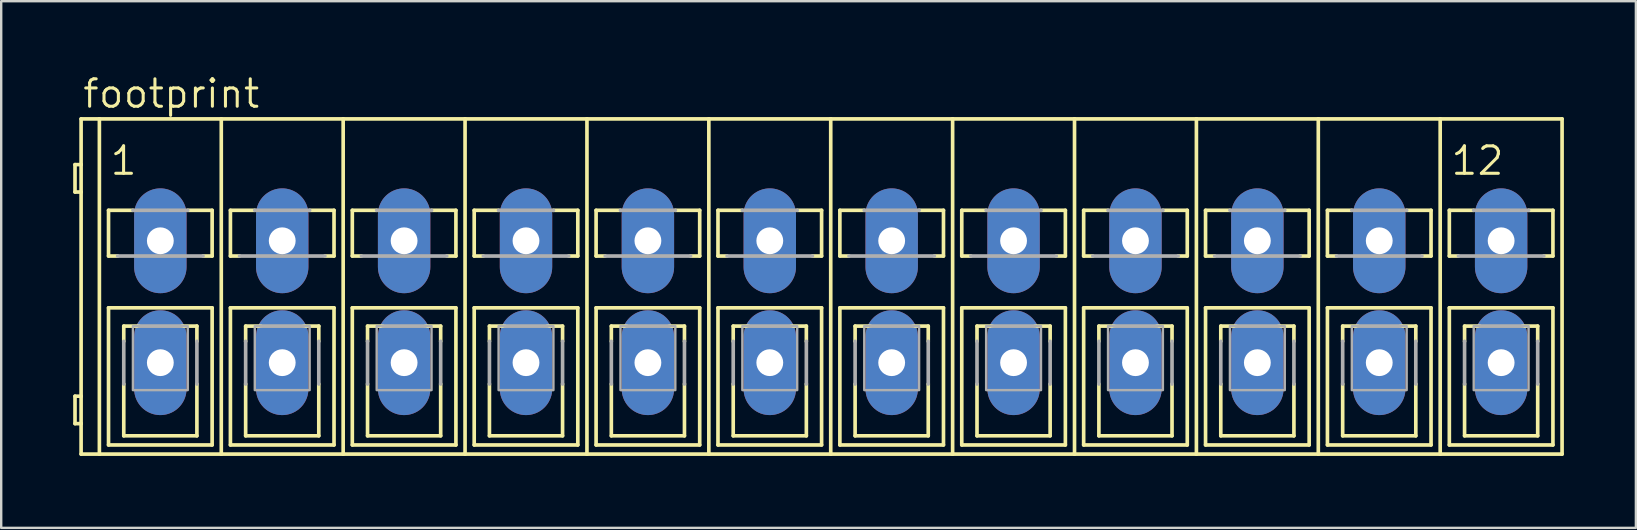
<source format=kicad_pcb>
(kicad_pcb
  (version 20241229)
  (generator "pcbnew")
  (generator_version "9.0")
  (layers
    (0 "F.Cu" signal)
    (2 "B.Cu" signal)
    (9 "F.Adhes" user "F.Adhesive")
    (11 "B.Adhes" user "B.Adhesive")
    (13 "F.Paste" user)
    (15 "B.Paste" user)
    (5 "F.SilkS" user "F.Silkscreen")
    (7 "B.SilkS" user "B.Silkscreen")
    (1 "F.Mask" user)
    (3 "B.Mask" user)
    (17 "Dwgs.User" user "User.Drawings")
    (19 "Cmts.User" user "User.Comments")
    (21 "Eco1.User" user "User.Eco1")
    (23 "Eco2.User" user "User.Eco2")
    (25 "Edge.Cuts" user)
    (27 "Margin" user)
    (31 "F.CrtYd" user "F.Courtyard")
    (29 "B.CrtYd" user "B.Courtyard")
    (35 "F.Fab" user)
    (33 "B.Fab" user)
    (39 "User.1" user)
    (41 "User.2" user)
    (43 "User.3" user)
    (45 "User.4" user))
  (footprint "footprint"
    (layer "F.Cu")
    (at 3.632 9.525)
    (property "Reference" "footprint" (at -3.302 -8.001 0) (layer "F.SilkS") (effects (font (size 1.143 1.143) (thickness 0.127)) (justify left bottom)))
    (fp_line (start -3.556 -4.572) (end -3.556 -5.715) (stroke (width 0.152) (type solid)) (layer "F.SilkS"))
    (fp_line (start -3.556 -4.572) (end -3.302 -4.572) (stroke (width 0.152) (type solid)) (layer "F.SilkS"))
    (fp_line (start -3.556 3.937) (end -3.556 5.08) (stroke (width 0.152) (type solid)) (layer "F.SilkS"))
    (fp_line (start -3.556 5.08) (end -3.302 5.08) (stroke (width 0.152) (type solid)) (layer "F.SilkS"))
    (fp_line (start -3.302 -7.62) (end -2.54 -7.62) (stroke (width 0.152) (type solid)) (layer "F.SilkS"))
    (fp_line (start -3.302 -5.715) (end -3.556 -5.715) (stroke (width 0.152) (type solid)) (layer "F.SilkS"))
    (fp_line (start -3.302 -5.715) (end -3.302 -7.62) (stroke (width 0.152) (type solid)) (layer "F.SilkS"))
    (fp_line (start -3.302 -4.572) (end -3.302 -5.715) (stroke (width 0.152) (type solid)) (layer "F.SilkS"))
    (fp_line (start -3.302 3.937) (end -3.556 3.937) (stroke (width 0.152) (type solid)) (layer "F.SilkS"))
    (fp_line (start -3.302 3.937) (end -3.302 -4.572) (stroke (width 0.152) (type solid)) (layer "F.SilkS"))
    (fp_line (start -3.302 5.08) (end -3.302 3.937) (stroke (width 0.152) (type solid)) (layer "F.SilkS"))
    (fp_line (start -3.302 6.35) (end -3.302 5.08) (stroke (width 0.152) (type solid)) (layer "F.SilkS"))
    (fp_line (start -2.54 6.35) (end -3.302 6.35) (stroke (width 0.152) (type solid)) (layer "F.SilkS"))
    (fp_line (start -2.54 6.35) (end -2.54 -7.62) (stroke (width 0.152) (type solid)) (layer "F.SilkS"))
    (fp_line (start -2.54 6.35) (end 2.54 6.35) (stroke (width 0.152) (type solid)) (layer "F.SilkS"))
    (fp_line (start -2.159 -3.81) (end -1.143 -3.81) (stroke (width 0.152) (type solid)) (layer "F.SilkS"))
    (fp_line (start -2.159 -1.905) (end -2.159 -3.81) (stroke (width 0.152) (type solid)) (layer "F.SilkS"))
    (fp_line (start -2.159 -1.905) (end -1.778 -1.905) (stroke (width 0.152) (type solid)) (layer "F.SilkS"))
    (fp_line (start -2.159 5.969) (end -2.159 0.254) (stroke (width 0.152) (type solid)) (layer "F.SilkS"))
    (fp_line (start -2.159 5.969) (end 2.159 5.969) (stroke (width 0.152) (type solid)) (layer "F.SilkS"))
    (fp_line (start -1.524 1.651) (end -1.524 1.016) (stroke (width 0.152) (type solid)) (layer "F.SilkS"))
    (fp_line (start -1.524 3.429) (end -1.524 5.588) (stroke (width 0.152) (type solid)) (layer "F.SilkS"))
    (fp_line (start -0.889 1.016) (end -1.524 1.016) (stroke (width 0.152) (type solid)) (layer "F.SilkS"))
    (fp_line (start 0.889 1.016) (end 1.524 1.016) (stroke (width 0.152) (type solid)) (layer "F.SilkS"))
    (fp_line (start 1.143 -3.81) (end 2.159 -3.81) (stroke (width 0.152) (type solid)) (layer "F.SilkS"))
    (fp_line (start 1.524 1.651) (end 1.524 1.016) (stroke (width 0.152) (type solid)) (layer "F.SilkS"))
    (fp_line (start 1.524 3.429) (end 1.524 5.588) (stroke (width 0.152) (type solid)) (layer "F.SilkS"))
    (fp_line (start 1.524 5.588) (end -1.524 5.588) (stroke (width 0.152) (type solid)) (layer "F.SilkS"))
    (fp_line (start 1.778 -1.905) (end 2.159 -1.905) (stroke (width 0.152) (type solid)) (layer "F.SilkS"))
    (fp_line (start 2.159 -3.81) (end 2.159 -1.905) (stroke (width 0.152) (type solid)) (layer "F.SilkS"))
    (fp_line (start 2.159 0.254) (end -2.159 0.254) (stroke (width 0.152) (type solid)) (layer "F.SilkS"))
    (fp_line (start 2.159 0.254) (end 2.159 5.969) (stroke (width 0.152) (type solid)) (layer "F.SilkS"))
    (fp_line (start 2.54 -7.62) (end -2.54 -7.62) (stroke (width 0.152) (type solid)) (layer "F.SilkS"))
    (fp_line (start 2.54 6.35) (end 2.54 -7.62) (stroke (width 0.152) (type solid)) (layer "F.SilkS"))
    (fp_line (start 2.54 6.35) (end 7.62 6.35) (stroke (width 0.152) (type solid)) (layer "F.SilkS"))
    (fp_line (start 2.921 -3.81) (end 3.937 -3.81) (stroke (width 0.152) (type solid)) (layer "F.SilkS"))
    (fp_line (start 2.921 -1.905) (end 2.921 -3.81) (stroke (width 0.152) (type solid)) (layer "F.SilkS"))
    (fp_line (start 2.921 -1.905) (end 3.302 -1.905) (stroke (width 0.152) (type solid)) (layer "F.SilkS"))
    (fp_line (start 2.921 5.969) (end 2.921 0.254) (stroke (width 0.152) (type solid)) (layer "F.SilkS"))
    (fp_line (start 2.921 5.969) (end 7.239 5.969) (stroke (width 0.152) (type solid)) (layer "F.SilkS"))
    (fp_line (start 3.556 1.651) (end 3.556 1.016) (stroke (width 0.152) (type solid)) (layer "F.SilkS"))
    (fp_line (start 3.556 3.429) (end 3.556 5.588) (stroke (width 0.152) (type solid)) (layer "F.SilkS"))
    (fp_line (start 4.191 1.016) (end 3.556 1.016) (stroke (width 0.152) (type solid)) (layer "F.SilkS"))
    (fp_line (start 5.969 1.016) (end 6.604 1.016) (stroke (width 0.152) (type solid)) (layer "F.SilkS"))
    (fp_line (start 6.223 -3.81) (end 7.239 -3.81) (stroke (width 0.152) (type solid)) (layer "F.SilkS"))
    (fp_line (start 6.604 1.651) (end 6.604 1.016) (stroke (width 0.152) (type solid)) (layer "F.SilkS"))
    (fp_line (start 6.604 3.429) (end 6.604 5.588) (stroke (width 0.152) (type solid)) (layer "F.SilkS"))
    (fp_line (start 6.604 5.588) (end 3.556 5.588) (stroke (width 0.152) (type solid)) (layer "F.SilkS"))
    (fp_line (start 6.858 -1.905) (end 7.239 -1.905) (stroke (width 0.152) (type solid)) (layer "F.SilkS"))
    (fp_line (start 7.239 -3.81) (end 7.239 -1.905) (stroke (width 0.152) (type solid)) (layer "F.SilkS"))
    (fp_line (start 7.239 0.254) (end 2.921 0.254) (stroke (width 0.152) (type solid)) (layer "F.SilkS"))
    (fp_line (start 7.239 0.254) (end 7.239 5.969) (stroke (width 0.152) (type solid)) (layer "F.SilkS"))
    (fp_line (start 7.62 -7.62) (end 2.54 -7.62) (stroke (width 0.152) (type solid)) (layer "F.SilkS"))
    (fp_line (start 7.62 6.35) (end 7.62 -7.62) (stroke (width 0.152) (type solid)) (layer "F.SilkS"))
    (fp_line (start 7.62 6.35) (end 12.7 6.35) (stroke (width 0.152) (type solid)) (layer "F.SilkS"))
    (fp_line (start 8.001 -3.81) (end 9.017 -3.81) (stroke (width 0.152) (type solid)) (layer "F.SilkS"))
    (fp_line (start 8.001 -1.905) (end 8.001 -3.81) (stroke (width 0.152) (type solid)) (layer "F.SilkS"))
    (fp_line (start 8.001 -1.905) (end 8.382 -1.905) (stroke (width 0.152) (type solid)) (layer "F.SilkS"))
    (fp_line (start 8.001 5.969) (end 8.001 0.254) (stroke (width 0.152) (type solid)) (layer "F.SilkS"))
    (fp_line (start 8.001 5.969) (end 12.319 5.969) (stroke (width 0.152) (type solid)) (layer "F.SilkS"))
    (fp_line (start 8.636 1.651) (end 8.636 1.016) (stroke (width 0.152) (type solid)) (layer "F.SilkS"))
    (fp_line (start 8.636 3.429) (end 8.636 5.588) (stroke (width 0.152) (type solid)) (layer "F.SilkS"))
    (fp_line (start 9.271 1.016) (end 8.636 1.016) (stroke (width 0.152) (type solid)) (layer "F.SilkS"))
    (fp_line (start 11.049 1.016) (end 11.684 1.016) (stroke (width 0.152) (type solid)) (layer "F.SilkS"))
    (fp_line (start 11.303 -3.81) (end 12.319 -3.81) (stroke (width 0.152) (type solid)) (layer "F.SilkS"))
    (fp_line (start 11.684 1.651) (end 11.684 1.016) (stroke (width 0.152) (type solid)) (layer "F.SilkS"))
    (fp_line (start 11.684 3.429) (end 11.684 5.588) (stroke (width 0.152) (type solid)) (layer "F.SilkS"))
    (fp_line (start 11.684 5.588) (end 8.636 5.588) (stroke (width 0.152) (type solid)) (layer "F.SilkS"))
    (fp_line (start 11.938 -1.905) (end 12.319 -1.905) (stroke (width 0.152) (type solid)) (layer "F.SilkS"))
    (fp_line (start 12.319 -3.81) (end 12.319 -1.905) (stroke (width 0.152) (type solid)) (layer "F.SilkS"))
    (fp_line (start 12.319 0.254) (end 8.001 0.254) (stroke (width 0.152) (type solid)) (layer "F.SilkS"))
    (fp_line (start 12.319 0.254) (end 12.319 5.969) (stroke (width 0.152) (type solid)) (layer "F.SilkS"))
    (fp_line (start 12.7 -7.62) (end 7.62 -7.62) (stroke (width 0.152) (type solid)) (layer "F.SilkS"))
    (fp_line (start 12.7 6.35) (end 12.7 -7.62) (stroke (width 0.152) (type solid)) (layer "F.SilkS"))
    (fp_line (start 12.7 6.35) (end 17.78 6.35) (stroke (width 0.152) (type solid)) (layer "F.SilkS"))
    (fp_line (start 13.081 -3.81) (end 14.097 -3.81) (stroke (width 0.152) (type solid)) (layer "F.SilkS"))
    (fp_line (start 13.081 -1.905) (end 13.081 -3.81) (stroke (width 0.152) (type solid)) (layer "F.SilkS"))
    (fp_line (start 13.081 -1.905) (end 13.462 -1.905) (stroke (width 0.152) (type solid)) (layer "F.SilkS"))
    (fp_line (start 13.081 5.969) (end 13.081 0.254) (stroke (width 0.152) (type solid)) (layer "F.SilkS"))
    (fp_line (start 13.081 5.969) (end 17.399 5.969) (stroke (width 0.152) (type solid)) (layer "F.SilkS"))
    (fp_line (start 13.716 1.651) (end 13.716 1.016) (stroke (width 0.152) (type solid)) (layer "F.SilkS"))
    (fp_line (start 13.716 3.429) (end 13.716 5.588) (stroke (width 0.152) (type solid)) (layer "F.SilkS"))
    (fp_line (start 14.351 1.016) (end 13.716 1.016) (stroke (width 0.152) (type solid)) (layer "F.SilkS"))
    (fp_line (start 16.129 1.016) (end 16.764 1.016) (stroke (width 0.152) (type solid)) (layer "F.SilkS"))
    (fp_line (start 16.383 -3.81) (end 17.399 -3.81) (stroke (width 0.152) (type solid)) (layer "F.SilkS"))
    (fp_line (start 16.764 1.651) (end 16.764 1.016) (stroke (width 0.152) (type solid)) (layer "F.SilkS"))
    (fp_line (start 16.764 3.429) (end 16.764 5.588) (stroke (width 0.152) (type solid)) (layer "F.SilkS"))
    (fp_line (start 16.764 5.588) (end 13.716 5.588) (stroke (width 0.152) (type solid)) (layer "F.SilkS"))
    (fp_line (start 17.018 -1.905) (end 17.399 -1.905) (stroke (width 0.152) (type solid)) (layer "F.SilkS"))
    (fp_line (start 17.399 -3.81) (end 17.399 -1.905) (stroke (width 0.152) (type solid)) (layer "F.SilkS"))
    (fp_line (start 17.399 0.254) (end 13.081 0.254) (stroke (width 0.152) (type solid)) (layer "F.SilkS"))
    (fp_line (start 17.399 0.254) (end 17.399 5.969) (stroke (width 0.152) (type solid)) (layer "F.SilkS"))
    (fp_line (start 17.78 -7.62) (end 12.7 -7.62) (stroke (width 0.152) (type solid)) (layer "F.SilkS"))
    (fp_line (start 17.78 6.35) (end 17.78 -7.62) (stroke (width 0.152) (type solid)) (layer "F.SilkS"))
    (fp_line (start 17.78 6.35) (end 22.86 6.35) (stroke (width 0.152) (type solid)) (layer "F.SilkS"))
    (fp_line (start 18.161 -3.81) (end 19.177 -3.81) (stroke (width 0.152) (type solid)) (layer "F.SilkS"))
    (fp_line (start 18.161 -1.905) (end 18.161 -3.81) (stroke (width 0.152) (type solid)) (layer "F.SilkS"))
    (fp_line (start 18.161 -1.905) (end 18.542 -1.905) (stroke (width 0.152) (type solid)) (layer "F.SilkS"))
    (fp_line (start 18.161 5.969) (end 18.161 0.254) (stroke (width 0.152) (type solid)) (layer "F.SilkS"))
    (fp_line (start 18.161 5.969) (end 22.479 5.969) (stroke (width 0.152) (type solid)) (layer "F.SilkS"))
    (fp_line (start 18.796 1.651) (end 18.796 1.016) (stroke (width 0.152) (type solid)) (layer "F.SilkS"))
    (fp_line (start 18.796 3.429) (end 18.796 5.588) (stroke (width 0.152) (type solid)) (layer "F.SilkS"))
    (fp_line (start 19.431 1.016) (end 18.796 1.016) (stroke (width 0.152) (type solid)) (layer "F.SilkS"))
    (fp_line (start 21.209 1.016) (end 21.844 1.016) (stroke (width 0.152) (type solid)) (layer "F.SilkS"))
    (fp_line (start 21.463 -3.81) (end 22.479 -3.81) (stroke (width 0.152) (type solid)) (layer "F.SilkS"))
    (fp_line (start 21.844 1.651) (end 21.844 1.016) (stroke (width 0.152) (type solid)) (layer "F.SilkS"))
    (fp_line (start 21.844 3.429) (end 21.844 5.588) (stroke (width 0.152) (type solid)) (layer "F.SilkS"))
    (fp_line (start 21.844 5.588) (end 18.796 5.588) (stroke (width 0.152) (type solid)) (layer "F.SilkS"))
    (fp_line (start 22.098 -1.905) (end 22.479 -1.905) (stroke (width 0.152) (type solid)) (layer "F.SilkS"))
    (fp_line (start 22.479 -3.81) (end 22.479 -1.905) (stroke (width 0.152) (type solid)) (layer "F.SilkS"))
    (fp_line (start 22.479 0.254) (end 18.161 0.254) (stroke (width 0.152) (type solid)) (layer "F.SilkS"))
    (fp_line (start 22.479 0.254) (end 22.479 5.969) (stroke (width 0.152) (type solid)) (layer "F.SilkS"))
    (fp_line (start 22.86 -7.62) (end 17.78 -7.62) (stroke (width 0.152) (type solid)) (layer "F.SilkS"))
    (fp_line (start 22.86 6.35) (end 22.86 -7.62) (stroke (width 0.152) (type solid)) (layer "F.SilkS"))
    (fp_line (start 22.86 6.35) (end 27.94 6.35) (stroke (width 0.152) (type solid)) (layer "F.SilkS"))
    (fp_line (start 23.241 -3.81) (end 24.257 -3.81) (stroke (width 0.152) (type solid)) (layer "F.SilkS"))
    (fp_line (start 23.241 -1.905) (end 23.241 -3.81) (stroke (width 0.152) (type solid)) (layer "F.SilkS"))
    (fp_line (start 23.241 -1.905) (end 23.622 -1.905) (stroke (width 0.152) (type solid)) (layer "F.SilkS"))
    (fp_line (start 23.241 5.969) (end 23.241 0.254) (stroke (width 0.152) (type solid)) (layer "F.SilkS"))
    (fp_line (start 23.241 5.969) (end 27.559 5.969) (stroke (width 0.152) (type solid)) (layer "F.SilkS"))
    (fp_line (start 23.876 1.651) (end 23.876 1.016) (stroke (width 0.152) (type solid)) (layer "F.SilkS"))
    (fp_line (start 23.876 3.429) (end 23.876 5.588) (stroke (width 0.152) (type solid)) (layer "F.SilkS"))
    (fp_line (start 24.511 1.016) (end 23.876 1.016) (stroke (width 0.152) (type solid)) (layer "F.SilkS"))
    (fp_line (start 26.289 1.016) (end 26.924 1.016) (stroke (width 0.152) (type solid)) (layer "F.SilkS"))
    (fp_line (start 26.543 -3.81) (end 27.559 -3.81) (stroke (width 0.152) (type solid)) (layer "F.SilkS"))
    (fp_line (start 26.924 1.651) (end 26.924 1.016) (stroke (width 0.152) (type solid)) (layer "F.SilkS"))
    (fp_line (start 26.924 3.429) (end 26.924 5.588) (stroke (width 0.152) (type solid)) (layer "F.SilkS"))
    (fp_line (start 26.924 5.588) (end 23.876 5.588) (stroke (width 0.152) (type solid)) (layer "F.SilkS"))
    (fp_line (start 27.178 -1.905) (end 27.559 -1.905) (stroke (width 0.152) (type solid)) (layer "F.SilkS"))
    (fp_line (start 27.559 -3.81) (end 27.559 -1.905) (stroke (width 0.152) (type solid)) (layer "F.SilkS"))
    (fp_line (start 27.559 0.254) (end 23.241 0.254) (stroke (width 0.152) (type solid)) (layer "F.SilkS"))
    (fp_line (start 27.559 0.254) (end 27.559 5.969) (stroke (width 0.152) (type solid)) (layer "F.SilkS"))
    (fp_line (start 27.94 -7.62) (end 22.86 -7.62) (stroke (width 0.152) (type solid)) (layer "F.SilkS"))
    (fp_line (start 27.94 6.35) (end 27.94 -7.62) (stroke (width 0.152) (type solid)) (layer "F.SilkS"))
    (fp_line (start 27.94 6.35) (end 33.02 6.35) (stroke (width 0.152) (type solid)) (layer "F.SilkS"))
    (fp_line (start 28.321 -3.81) (end 29.337 -3.81) (stroke (width 0.152) (type solid)) (layer "F.SilkS"))
    (fp_line (start 28.321 -1.905) (end 28.321 -3.81) (stroke (width 0.152) (type solid)) (layer "F.SilkS"))
    (fp_line (start 28.321 -1.905) (end 28.702 -1.905) (stroke (width 0.152) (type solid)) (layer "F.SilkS"))
    (fp_line (start 28.321 5.969) (end 28.321 0.254) (stroke (width 0.152) (type solid)) (layer "F.SilkS"))
    (fp_line (start 28.321 5.969) (end 32.639 5.969) (stroke (width 0.152) (type solid)) (layer "F.SilkS"))
    (fp_line (start 28.956 1.651) (end 28.956 1.016) (stroke (width 0.152) (type solid)) (layer "F.SilkS"))
    (fp_line (start 28.956 3.429) (end 28.956 5.588) (stroke (width 0.152) (type solid)) (layer "F.SilkS"))
    (fp_line (start 29.591 1.016) (end 28.956 1.016) (stroke (width 0.152) (type solid)) (layer "F.SilkS"))
    (fp_line (start 31.369 1.016) (end 32.004 1.016) (stroke (width 0.152) (type solid)) (layer "F.SilkS"))
    (fp_line (start 31.623 -3.81) (end 32.639 -3.81) (stroke (width 0.152) (type solid)) (layer "F.SilkS"))
    (fp_line (start 32.004 1.651) (end 32.004 1.016) (stroke (width 0.152) (type solid)) (layer "F.SilkS"))
    (fp_line (start 32.004 3.429) (end 32.004 5.588) (stroke (width 0.152) (type solid)) (layer "F.SilkS"))
    (fp_line (start 32.004 5.588) (end 28.956 5.588) (stroke (width 0.152) (type solid)) (layer "F.SilkS"))
    (fp_line (start 32.258 -1.905) (end 32.639 -1.905) (stroke (width 0.152) (type solid)) (layer "F.SilkS"))
    (fp_line (start 32.639 -3.81) (end 32.639 -1.905) (stroke (width 0.152) (type solid)) (layer "F.SilkS"))
    (fp_line (start 32.639 0.254) (end 28.321 0.254) (stroke (width 0.152) (type solid)) (layer "F.SilkS"))
    (fp_line (start 32.639 0.254) (end 32.639 5.969) (stroke (width 0.152) (type solid)) (layer "F.SilkS"))
    (fp_line (start 33.02 -7.62) (end 27.94 -7.62) (stroke (width 0.152) (type solid)) (layer "F.SilkS"))
    (fp_line (start 33.02 6.35) (end 33.02 -7.62) (stroke (width 0.152) (type solid)) (layer "F.SilkS"))
    (fp_line (start 33.02 6.35) (end 38.1 6.35) (stroke (width 0.152) (type solid)) (layer "F.SilkS"))
    (fp_line (start 33.401 -3.81) (end 34.417 -3.81) (stroke (width 0.152) (type solid)) (layer "F.SilkS"))
    (fp_line (start 33.401 -1.905) (end 33.401 -3.81) (stroke (width 0.152) (type solid)) (layer "F.SilkS"))
    (fp_line (start 33.401 -1.905) (end 33.782 -1.905) (stroke (width 0.152) (type solid)) (layer "F.SilkS"))
    (fp_line (start 33.401 5.969) (end 33.401 0.254) (stroke (width 0.152) (type solid)) (layer "F.SilkS"))
    (fp_line (start 33.401 5.969) (end 37.719 5.969) (stroke (width 0.152) (type solid)) (layer "F.SilkS"))
    (fp_line (start 34.036 1.651) (end 34.036 1.016) (stroke (width 0.152) (type solid)) (layer "F.SilkS"))
    (fp_line (start 34.036 3.429) (end 34.036 5.588) (stroke (width 0.152) (type solid)) (layer "F.SilkS"))
    (fp_line (start 34.671 1.016) (end 34.036 1.016) (stroke (width 0.152) (type solid)) (layer "F.SilkS"))
    (fp_line (start 36.449 1.016) (end 37.084 1.016) (stroke (width 0.152) (type solid)) (layer "F.SilkS"))
    (fp_line (start 36.703 -3.81) (end 37.719 -3.81) (stroke (width 0.152) (type solid)) (layer "F.SilkS"))
    (fp_line (start 37.084 1.651) (end 37.084 1.016) (stroke (width 0.152) (type solid)) (layer "F.SilkS"))
    (fp_line (start 37.084 3.429) (end 37.084 5.588) (stroke (width 0.152) (type solid)) (layer "F.SilkS"))
    (fp_line (start 37.084 5.588) (end 34.036 5.588) (stroke (width 0.152) (type solid)) (layer "F.SilkS"))
    (fp_line (start 37.338 -1.905) (end 37.719 -1.905) (stroke (width 0.152) (type solid)) (layer "F.SilkS"))
    (fp_line (start 37.719 -3.81) (end 37.719 -1.905) (stroke (width 0.152) (type solid)) (layer "F.SilkS"))
    (fp_line (start 37.719 0.254) (end 33.401 0.254) (stroke (width 0.152) (type solid)) (layer "F.SilkS"))
    (fp_line (start 37.719 0.254) (end 37.719 5.969) (stroke (width 0.152) (type solid)) (layer "F.SilkS"))
    (fp_line (start 38.1 -7.62) (end 33.02 -7.62) (stroke (width 0.152) (type solid)) (layer "F.SilkS"))
    (fp_line (start 38.1 6.35) (end 38.1 -7.62) (stroke (width 0.152) (type solid)) (layer "F.SilkS"))
    (fp_line (start 38.1 6.35) (end 43.18 6.35) (stroke (width 0.152) (type solid)) (layer "F.SilkS"))
    (fp_line (start 38.481 -3.81) (end 39.497 -3.81) (stroke (width 0.152) (type solid)) (layer "F.SilkS"))
    (fp_line (start 38.481 -1.905) (end 38.481 -3.81) (stroke (width 0.152) (type solid)) (layer "F.SilkS"))
    (fp_line (start 38.481 -1.905) (end 38.862 -1.905) (stroke (width 0.152) (type solid)) (layer "F.SilkS"))
    (fp_line (start 38.481 5.969) (end 38.481 0.254) (stroke (width 0.152) (type solid)) (layer "F.SilkS"))
    (fp_line (start 38.481 5.969) (end 42.799 5.969) (stroke (width 0.152) (type solid)) (layer "F.SilkS"))
    (fp_line (start 39.116 1.651) (end 39.116 1.016) (stroke (width 0.152) (type solid)) (layer "F.SilkS"))
    (fp_line (start 39.116 3.429) (end 39.116 5.588) (stroke (width 0.152) (type solid)) (layer "F.SilkS"))
    (fp_line (start 39.751 1.016) (end 39.116 1.016) (stroke (width 0.152) (type solid)) (layer "F.SilkS"))
    (fp_line (start 41.529 1.016) (end 42.164 1.016) (stroke (width 0.152) (type solid)) (layer "F.SilkS"))
    (fp_line (start 41.783 -3.81) (end 42.799 -3.81) (stroke (width 0.152) (type solid)) (layer "F.SilkS"))
    (fp_line (start 42.164 1.651) (end 42.164 1.016) (stroke (width 0.152) (type solid)) (layer "F.SilkS"))
    (fp_line (start 42.164 3.429) (end 42.164 5.588) (stroke (width 0.152) (type solid)) (layer "F.SilkS"))
    (fp_line (start 42.164 5.588) (end 39.116 5.588) (stroke (width 0.152) (type solid)) (layer "F.SilkS"))
    (fp_line (start 42.418 -1.905) (end 42.799 -1.905) (stroke (width 0.152) (type solid)) (layer "F.SilkS"))
    (fp_line (start 42.799 -3.81) (end 42.799 -1.905) (stroke (width 0.152) (type solid)) (layer "F.SilkS"))
    (fp_line (start 42.799 0.254) (end 38.481 0.254) (stroke (width 0.152) (type solid)) (layer "F.SilkS"))
    (fp_line (start 42.799 0.254) (end 42.799 5.969) (stroke (width 0.152) (type solid)) (layer "F.SilkS"))
    (fp_line (start 43.18 -7.62) (end 38.1 -7.62) (stroke (width 0.152) (type solid)) (layer "F.SilkS"))
    (fp_line (start 43.18 6.35) (end 43.18 -7.62) (stroke (width 0.152) (type solid)) (layer "F.SilkS"))
    (fp_line (start 43.18 6.35) (end 48.26 6.35) (stroke (width 0.152) (type solid)) (layer "F.SilkS"))
    (fp_line (start 43.561 -3.81) (end 44.577 -3.81) (stroke (width 0.152) (type solid)) (layer "F.SilkS"))
    (fp_line (start 43.561 -1.905) (end 43.561 -3.81) (stroke (width 0.152) (type solid)) (layer "F.SilkS"))
    (fp_line (start 43.561 -1.905) (end 43.942 -1.905) (stroke (width 0.152) (type solid)) (layer "F.SilkS"))
    (fp_line (start 43.561 5.969) (end 43.561 0.254) (stroke (width 0.152) (type solid)) (layer "F.SilkS"))
    (fp_line (start 43.561 5.969) (end 47.879 5.969) (stroke (width 0.152) (type solid)) (layer "F.SilkS"))
    (fp_line (start 44.196 1.651) (end 44.196 1.016) (stroke (width 0.152) (type solid)) (layer "F.SilkS"))
    (fp_line (start 44.196 3.429) (end 44.196 5.588) (stroke (width 0.152) (type solid)) (layer "F.SilkS"))
    (fp_line (start 44.831 1.016) (end 44.196 1.016) (stroke (width 0.152) (type solid)) (layer "F.SilkS"))
    (fp_line (start 46.609 1.016) (end 47.244 1.016) (stroke (width 0.152) (type solid)) (layer "F.SilkS"))
    (fp_line (start 46.863 -3.81) (end 47.879 -3.81) (stroke (width 0.152) (type solid)) (layer "F.SilkS"))
    (fp_line (start 47.244 1.651) (end 47.244 1.016) (stroke (width 0.152) (type solid)) (layer "F.SilkS"))
    (fp_line (start 47.244 3.429) (end 47.244 5.588) (stroke (width 0.152) (type solid)) (layer "F.SilkS"))
    (fp_line (start 47.244 5.588) (end 44.196 5.588) (stroke (width 0.152) (type solid)) (layer "F.SilkS"))
    (fp_line (start 47.498 -1.905) (end 47.879 -1.905) (stroke (width 0.152) (type solid)) (layer "F.SilkS"))
    (fp_line (start 47.879 -3.81) (end 47.879 -1.905) (stroke (width 0.152) (type solid)) (layer "F.SilkS"))
    (fp_line (start 47.879 0.254) (end 43.561 0.254) (stroke (width 0.152) (type solid)) (layer "F.SilkS"))
    (fp_line (start 47.879 0.254) (end 47.879 5.969) (stroke (width 0.152) (type solid)) (layer "F.SilkS"))
    (fp_line (start 48.26 -7.62) (end 43.18 -7.62) (stroke (width 0.152) (type solid)) (layer "F.SilkS"))
    (fp_line (start 48.26 6.35) (end 48.26 -7.62) (stroke (width 0.152) (type solid)) (layer "F.SilkS"))
    (fp_line (start 48.26 6.35) (end 53.34 6.35) (stroke (width 0.152) (type solid)) (layer "F.SilkS"))
    (fp_line (start 48.641 -3.81) (end 49.657 -3.81) (stroke (width 0.152) (type solid)) (layer "F.SilkS"))
    (fp_line (start 48.641 -1.905) (end 48.641 -3.81) (stroke (width 0.152) (type solid)) (layer "F.SilkS"))
    (fp_line (start 48.641 -1.905) (end 49.022 -1.905) (stroke (width 0.152) (type solid)) (layer "F.SilkS"))
    (fp_line (start 48.641 5.969) (end 48.641 0.254) (stroke (width 0.152) (type solid)) (layer "F.SilkS"))
    (fp_line (start 48.641 5.969) (end 52.959 5.969) (stroke (width 0.152) (type solid)) (layer "F.SilkS"))
    (fp_line (start 49.276 1.651) (end 49.276 1.016) (stroke (width 0.152) (type solid)) (layer "F.SilkS"))
    (fp_line (start 49.276 3.429) (end 49.276 5.588) (stroke (width 0.152) (type solid)) (layer "F.SilkS"))
    (fp_line (start 49.911 1.016) (end 49.276 1.016) (stroke (width 0.152) (type solid)) (layer "F.SilkS"))
    (fp_line (start 51.689 1.016) (end 52.324 1.016) (stroke (width 0.152) (type solid)) (layer "F.SilkS"))
    (fp_line (start 51.943 -3.81) (end 52.959 -3.81) (stroke (width 0.152) (type solid)) (layer "F.SilkS"))
    (fp_line (start 52.324 1.651) (end 52.324 1.016) (stroke (width 0.152) (type solid)) (layer "F.SilkS"))
    (fp_line (start 52.324 3.429) (end 52.324 5.588) (stroke (width 0.152) (type solid)) (layer "F.SilkS"))
    (fp_line (start 52.324 5.588) (end 49.276 5.588) (stroke (width 0.152) (type solid)) (layer "F.SilkS"))
    (fp_line (start 52.578 -1.905) (end 52.959 -1.905) (stroke (width 0.152) (type solid)) (layer "F.SilkS"))
    (fp_line (start 52.959 -3.81) (end 52.959 -1.905) (stroke (width 0.152) (type solid)) (layer "F.SilkS"))
    (fp_line (start 52.959 0.254) (end 48.641 0.254) (stroke (width 0.152) (type solid)) (layer "F.SilkS"))
    (fp_line (start 52.959 0.254) (end 52.959 5.969) (stroke (width 0.152) (type solid)) (layer "F.SilkS"))
    (fp_line (start 53.34 -7.62) (end 48.26 -7.62) (stroke (width 0.152) (type solid)) (layer "F.SilkS"))
    (fp_line (start 53.34 6.35) (end 53.34 -7.62) (stroke (width 0.152) (type solid)) (layer "F.SilkS"))
    (fp_line (start 53.34 6.35) (end 58.42 6.35) (stroke (width 0.152) (type solid)) (layer "F.SilkS"))
    (fp_line (start 53.721 -3.81) (end 54.737 -3.81) (stroke (width 0.152) (type solid)) (layer "F.SilkS"))
    (fp_line (start 53.721 -1.905) (end 53.721 -3.81) (stroke (width 0.152) (type solid)) (layer "F.SilkS"))
    (fp_line (start 53.721 -1.905) (end 54.102 -1.905) (stroke (width 0.152) (type solid)) (layer "F.SilkS"))
    (fp_line (start 53.721 5.969) (end 53.721 0.254) (stroke (width 0.152) (type solid)) (layer "F.SilkS"))
    (fp_line (start 53.721 5.969) (end 58.039 5.969) (stroke (width 0.152) (type solid)) (layer "F.SilkS"))
    (fp_line (start 54.356 1.651) (end 54.356 1.016) (stroke (width 0.152) (type solid)) (layer "F.SilkS"))
    (fp_line (start 54.356 3.429) (end 54.356 5.588) (stroke (width 0.152) (type solid)) (layer "F.SilkS"))
    (fp_line (start 54.991 1.016) (end 54.356 1.016) (stroke (width 0.152) (type solid)) (layer "F.SilkS"))
    (fp_line (start 56.769 1.016) (end 57.404 1.016) (stroke (width 0.152) (type solid)) (layer "F.SilkS"))
    (fp_line (start 57.023 -3.81) (end 58.039 -3.81) (stroke (width 0.152) (type solid)) (layer "F.SilkS"))
    (fp_line (start 57.404 1.651) (end 57.404 1.016) (stroke (width 0.152) (type solid)) (layer "F.SilkS"))
    (fp_line (start 57.404 3.429) (end 57.404 5.588) (stroke (width 0.152) (type solid)) (layer "F.SilkS"))
    (fp_line (start 57.404 5.588) (end 54.356 5.588) (stroke (width 0.152) (type solid)) (layer "F.SilkS"))
    (fp_line (start 57.658 -1.905) (end 58.039 -1.905) (stroke (width 0.152) (type solid)) (layer "F.SilkS"))
    (fp_line (start 58.039 -3.81) (end 58.039 -1.905) (stroke (width 0.152) (type solid)) (layer "F.SilkS"))
    (fp_line (start 58.039 0.254) (end 53.721 0.254) (stroke (width 0.152) (type solid)) (layer "F.SilkS"))
    (fp_line (start 58.039 0.254) (end 58.039 5.969) (stroke (width 0.152) (type solid)) (layer "F.SilkS"))
    (fp_line (start 58.42 -7.62) (end 53.34 -7.62) (stroke (width 0.152) (type solid)) (layer "F.SilkS"))
    (fp_line (start 58.42 6.35) (end 58.42 -7.62) (stroke (width 0.152) (type solid)) (layer "F.SilkS"))
    (fp_line (start -1.778 -1.905) (end 1.778 -1.905) (stroke (width 0.152) (type solid)) (layer "F.Fab"))
    (fp_line (start -1.524 1.651) (end -1.524 3.429) (stroke (width 0.152) (type solid)) (layer "F.Fab"))
    (fp_line (start -0.889 1.016) (end 0.889 1.016) (stroke (width 0.152) (type solid)) (layer "F.Fab"))
    (fp_line (start 1.143 -3.81) (end -1.143 -3.81) (stroke (width 0.152) (type solid)) (layer "F.Fab"))
    (fp_line (start 1.524 1.651) (end 1.524 3.429) (stroke (width 0.152) (type solid)) (layer "F.Fab"))
    (fp_line (start 3.302 -1.905) (end 6.858 -1.905) (stroke (width 0.152) (type solid)) (layer "F.Fab"))
    (fp_line (start 3.556 1.651) (end 3.556 3.429) (stroke (width 0.152) (type solid)) (layer "F.Fab"))
    (fp_line (start 4.191 1.016) (end 5.969 1.016) (stroke (width 0.152) (type solid)) (layer "F.Fab"))
    (fp_line (start 6.223 -3.81) (end 3.937 -3.81) (stroke (width 0.152) (type solid)) (layer "F.Fab"))
    (fp_line (start 6.604 1.651) (end 6.604 3.429) (stroke (width 0.152) (type solid)) (layer "F.Fab"))
    (fp_line (start 8.382 -1.905) (end 11.938 -1.905) (stroke (width 0.152) (type solid)) (layer "F.Fab"))
    (fp_line (start 8.636 1.651) (end 8.636 3.429) (stroke (width 0.152) (type solid)) (layer "F.Fab"))
    (fp_line (start 9.271 1.016) (end 11.049 1.016) (stroke (width 0.152) (type solid)) (layer "F.Fab"))
    (fp_line (start 11.303 -3.81) (end 9.017 -3.81) (stroke (width 0.152) (type solid)) (layer "F.Fab"))
    (fp_line (start 11.684 1.651) (end 11.684 3.429) (stroke (width 0.152) (type solid)) (layer "F.Fab"))
    (fp_line (start 13.462 -1.905) (end 17.018 -1.905) (stroke (width 0.152) (type solid)) (layer "F.Fab"))
    (fp_line (start 13.716 1.651) (end 13.716 3.429) (stroke (width 0.152) (type solid)) (layer "F.Fab"))
    (fp_line (start 14.351 1.016) (end 16.129 1.016) (stroke (width 0.152) (type solid)) (layer "F.Fab"))
    (fp_line (start 16.383 -3.81) (end 14.097 -3.81) (stroke (width 0.152) (type solid)) (layer "F.Fab"))
    (fp_line (start 16.764 1.651) (end 16.764 3.429) (stroke (width 0.152) (type solid)) (layer "F.Fab"))
    (fp_line (start 18.542 -1.905) (end 22.098 -1.905) (stroke (width 0.152) (type solid)) (layer "F.Fab"))
    (fp_line (start 18.796 1.651) (end 18.796 3.429) (stroke (width 0.152) (type solid)) (layer "F.Fab"))
    (fp_line (start 19.431 1.016) (end 21.209 1.016) (stroke (width 0.152) (type solid)) (layer "F.Fab"))
    (fp_line (start 21.463 -3.81) (end 19.177 -3.81) (stroke (width 0.152) (type solid)) (layer "F.Fab"))
    (fp_line (start 21.844 1.651) (end 21.844 3.429) (stroke (width 0.152) (type solid)) (layer "F.Fab"))
    (fp_line (start 23.622 -1.905) (end 27.178 -1.905) (stroke (width 0.152) (type solid)) (layer "F.Fab"))
    (fp_line (start 23.876 1.651) (end 23.876 3.429) (stroke (width 0.152) (type solid)) (layer "F.Fab"))
    (fp_line (start 24.511 1.016) (end 26.289 1.016) (stroke (width 0.152) (type solid)) (layer "F.Fab"))
    (fp_line (start 26.543 -3.81) (end 24.257 -3.81) (stroke (width 0.152) (type solid)) (layer "F.Fab"))
    (fp_line (start 26.924 1.651) (end 26.924 3.429) (stroke (width 0.152) (type solid)) (layer "F.Fab"))
    (fp_line (start 28.702 -1.905) (end 32.258 -1.905) (stroke (width 0.152) (type solid)) (layer "F.Fab"))
    (fp_line (start 28.956 1.651) (end 28.956 3.429) (stroke (width 0.152) (type solid)) (layer "F.Fab"))
    (fp_line (start 29.591 1.016) (end 31.369 1.016) (stroke (width 0.152) (type solid)) (layer "F.Fab"))
    (fp_line (start 31.623 -3.81) (end 29.337 -3.81) (stroke (width 0.152) (type solid)) (layer "F.Fab"))
    (fp_line (start 32.004 1.651) (end 32.004 3.429) (stroke (width 0.152) (type solid)) (layer "F.Fab"))
    (fp_line (start 33.782 -1.905) (end 37.338 -1.905) (stroke (width 0.152) (type solid)) (layer "F.Fab"))
    (fp_line (start 34.036 1.651) (end 34.036 3.429) (stroke (width 0.152) (type solid)) (layer "F.Fab"))
    (fp_line (start 34.671 1.016) (end 36.449 1.016) (stroke (width 0.152) (type solid)) (layer "F.Fab"))
    (fp_line (start 36.703 -3.81) (end 34.417 -3.81) (stroke (width 0.152) (type solid)) (layer "F.Fab"))
    (fp_line (start 37.084 1.651) (end 37.084 3.429) (stroke (width 0.152) (type solid)) (layer "F.Fab"))
    (fp_line (start 38.862 -1.905) (end 42.418 -1.905) (stroke (width 0.152) (type solid)) (layer "F.Fab"))
    (fp_line (start 39.116 1.651) (end 39.116 3.429) (stroke (width 0.152) (type solid)) (layer "F.Fab"))
    (fp_line (start 39.751 1.016) (end 41.529 1.016) (stroke (width 0.152) (type solid)) (layer "F.Fab"))
    (fp_line (start 41.783 -3.81) (end 39.497 -3.81) (stroke (width 0.152) (type solid)) (layer "F.Fab"))
    (fp_line (start 42.164 1.651) (end 42.164 3.429) (stroke (width 0.152) (type solid)) (layer "F.Fab"))
    (fp_line (start 43.942 -1.905) (end 47.498 -1.905) (stroke (width 0.152) (type solid)) (layer "F.Fab"))
    (fp_line (start 44.196 1.651) (end 44.196 3.429) (stroke (width 0.152) (type solid)) (layer "F.Fab"))
    (fp_line (start 44.831 1.016) (end 46.609 1.016) (stroke (width 0.152) (type solid)) (layer "F.Fab"))
    (fp_line (start 46.863 -3.81) (end 44.577 -3.81) (stroke (width 0.152) (type solid)) (layer "F.Fab"))
    (fp_line (start 47.244 1.651) (end 47.244 3.429) (stroke (width 0.152) (type solid)) (layer "F.Fab"))
    (fp_line (start 49.022 -1.905) (end 52.578 -1.905) (stroke (width 0.152) (type solid)) (layer "F.Fab"))
    (fp_line (start 49.276 1.651) (end 49.276 3.429) (stroke (width 0.152) (type solid)) (layer "F.Fab"))
    (fp_line (start 49.911 1.016) (end 51.689 1.016) (stroke (width 0.152) (type solid)) (layer "F.Fab"))
    (fp_line (start 51.943 -3.81) (end 49.657 -3.81) (stroke (width 0.152) (type solid)) (layer "F.Fab"))
    (fp_line (start 52.324 1.651) (end 52.324 3.429) (stroke (width 0.152) (type solid)) (layer "F.Fab"))
    (fp_line (start 54.102 -1.905) (end 57.658 -1.905) (stroke (width 0.152) (type solid)) (layer "F.Fab"))
    (fp_line (start 54.356 1.651) (end 54.356 3.429) (stroke (width 0.152) (type solid)) (layer "F.Fab"))
    (fp_line (start 54.991 1.016) (end 56.769 1.016) (stroke (width 0.152) (type solid)) (layer "F.Fab"))
    (fp_line (start 57.023 -3.81) (end 54.737 -3.81) (stroke (width 0.152) (type solid)) (layer "F.Fab"))
    (fp_line (start 57.404 1.651) (end 57.404 3.429) (stroke (width 0.152) (type solid)) (layer "F.Fab"))
    (fp_poly (pts (xy -1.143 3.683) (xy 1.143 3.683) (xy 1.143 1.016) (xy -1.143 1.016)) (stroke (width 0.1) (type solid)) (fill no) (layer "F.Fab"))
    (fp_poly (pts (xy 3.937 3.683) (xy 6.223 3.683) (xy 6.223 1.016) (xy 3.937 1.016)) (stroke (width 0.1) (type solid)) (fill no) (layer "F.Fab"))
    (fp_poly (pts (xy 9.017 3.683) (xy 11.303 3.683) (xy 11.303 1.016) (xy 9.017 1.016)) (stroke (width 0.1) (type solid)) (fill no) (layer "F.Fab"))
    (fp_poly (pts (xy 14.097 3.683) (xy 16.383 3.683) (xy 16.383 1.016) (xy 14.097 1.016)) (stroke (width 0.1) (type solid)) (fill no) (layer "F.Fab"))
    (fp_poly (pts (xy 19.177 3.683) (xy 21.463 3.683) (xy 21.463 1.016) (xy 19.177 1.016)) (stroke (width 0.1) (type solid)) (fill no) (layer "F.Fab"))
    (fp_poly (pts (xy 24.257 3.683) (xy 26.543 3.683) (xy 26.543 1.016) (xy 24.257 1.016)) (stroke (width 0.1) (type solid)) (fill no) (layer "F.Fab"))
    (fp_poly (pts (xy 29.337 3.683) (xy 31.623 3.683) (xy 31.623 1.016) (xy 29.337 1.016)) (stroke (width 0.1) (type solid)) (fill no) (layer "F.Fab"))
    (fp_poly (pts (xy 34.417 3.683) (xy 36.703 3.683) (xy 36.703 1.016) (xy 34.417 1.016)) (stroke (width 0.1) (type solid)) (fill no) (layer "F.Fab"))
    (fp_poly (pts (xy 39.497 3.683) (xy 41.783 3.683) (xy 41.783 1.016) (xy 39.497 1.016)) (stroke (width 0.1) (type solid)) (fill no) (layer "F.Fab"))
    (fp_poly (pts (xy 44.577 3.683) (xy 46.863 3.683) (xy 46.863 1.016) (xy 44.577 1.016)) (stroke (width 0.1) (type solid)) (fill no) (layer "F.Fab"))
    (fp_poly (pts (xy 49.657 3.683) (xy 51.943 3.683) (xy 51.943 1.016) (xy 49.657 1.016)) (stroke (width 0.1) (type solid)) (fill no) (layer "F.Fab"))
    (fp_poly (pts (xy 54.737 3.683) (xy 57.023 3.683) (xy 57.023 1.016) (xy 54.737 1.016)) (stroke (width 0.1) (type solid)) (fill no) (layer "F.Fab"))
    (fp_text user "12" (at 53.721 -5.207 0) (layer "F.SilkS") (effects (font (size 1.143 1.143) (thickness 0.127)) (justify left bottom)))
    (fp_text user "1" (at -2.159 -5.207 0) (layer "F.SilkS") (effects (font (size 1.143 1.143) (thickness 0.127)) (justify left bottom)))
    (pad "1@1" thru_hole oval (at 0 2.54 90) (size 4.369 2.184) (drill 1.118) (layers "*.Cu" "*.Mask"))
    (pad "1@2" thru_hole oval (at 0 -2.54 90) (size 4.369 2.184) (drill 1.118) (layers "*.Cu" "*.Mask"))
    (pad "2@1" thru_hole oval (at 5.08 2.54 90) (size 4.369 2.184) (drill 1.118) (layers "*.Cu" "*.Mask"))
    (pad "2@2" thru_hole oval (at 5.08 -2.54 90) (size 4.369 2.184) (drill 1.118) (layers "*.Cu" "*.Mask"))
    (pad "3@1" thru_hole oval (at 10.16 2.54 90) (size 4.369 2.184) (drill 1.118) (layers "*.Cu" "*.Mask"))
    (pad "3@2" thru_hole oval (at 10.16 -2.54 90) (size 4.369 2.184) (drill 1.118) (layers "*.Cu" "*.Mask"))
    (pad "4@1" thru_hole oval (at 15.24 2.54 90) (size 4.369 2.184) (drill 1.118) (layers "*.Cu" "*.Mask"))
    (pad "4@2" thru_hole oval (at 15.24 -2.54 90) (size 4.369 2.184) (drill 1.118) (layers "*.Cu" "*.Mask"))
    (pad "5@1" thru_hole oval (at 20.32 2.54 90) (size 4.369 2.184) (drill 1.118) (layers "*.Cu" "*.Mask"))
    (pad "5@2" thru_hole oval (at 20.32 -2.54 90) (size 4.369 2.184) (drill 1.118) (layers "*.Cu" "*.Mask"))
    (pad "6@1" thru_hole oval (at 25.4 2.54 90) (size 4.369 2.184) (drill 1.118) (layers "*.Cu" "*.Mask"))
    (pad "6@2" thru_hole oval (at 25.4 -2.54 90) (size 4.369 2.184) (drill 1.118) (layers "*.Cu" "*.Mask"))
    (pad "7@1" thru_hole oval (at 30.48 2.54 90) (size 4.369 2.184) (drill 1.118) (layers "*.Cu" "*.Mask"))
    (pad "7@2" thru_hole oval (at 30.48 -2.54 90) (size 4.369 2.184) (drill 1.118) (layers "*.Cu" "*.Mask"))
    (pad "8@1" thru_hole oval (at 35.56 2.54 90) (size 4.369 2.184) (drill 1.118) (layers "*.Cu" "*.Mask"))
    (pad "8@2" thru_hole oval (at 35.56 -2.54 90) (size 4.369 2.184) (drill 1.118) (layers "*.Cu" "*.Mask"))
    (pad "9@1" thru_hole oval (at 40.64 2.54 90) (size 4.369 2.184) (drill 1.118) (layers "*.Cu" "*.Mask"))
    (pad "9@2" thru_hole oval (at 40.64 -2.54 90) (size 4.369 2.184) (drill 1.118) (layers "*.Cu" "*.Mask"))
    (pad "10@1" thru_hole oval (at 45.72 2.54 90) (size 4.369 2.184) (drill 1.118) (layers "*.Cu" "*.Mask"))
    (pad "10@2" thru_hole oval (at 45.72 -2.54 90) (size 4.369 2.184) (drill 1.118) (layers "*.Cu" "*.Mask"))
    (pad "11@1" thru_hole oval (at 50.8 2.54 90) (size 4.369 2.184) (drill 1.118) (layers "*.Cu" "*.Mask"))
    (pad "11@2" thru_hole oval (at 50.8 -2.54 90) (size 4.369 2.184) (drill 1.118) (layers "*.Cu" "*.Mask"))
    (pad "12@1" thru_hole oval (at 55.88 2.54 90) (size 4.369 2.184) (drill 1.118) (layers "*.Cu" "*.Mask"))
    (pad "12@2" thru_hole oval (at 55.88 -2.54 90) (size 4.369 2.184) (drill 1.118) (layers "*.Cu" "*.Mask")))
  (gr_rect
    (start -3 -3)
    (end 65.128 18.951)
    (stroke (width 0.1) (type default))
    (fill no)
    (layer "Edge.Cuts")))
</source>
